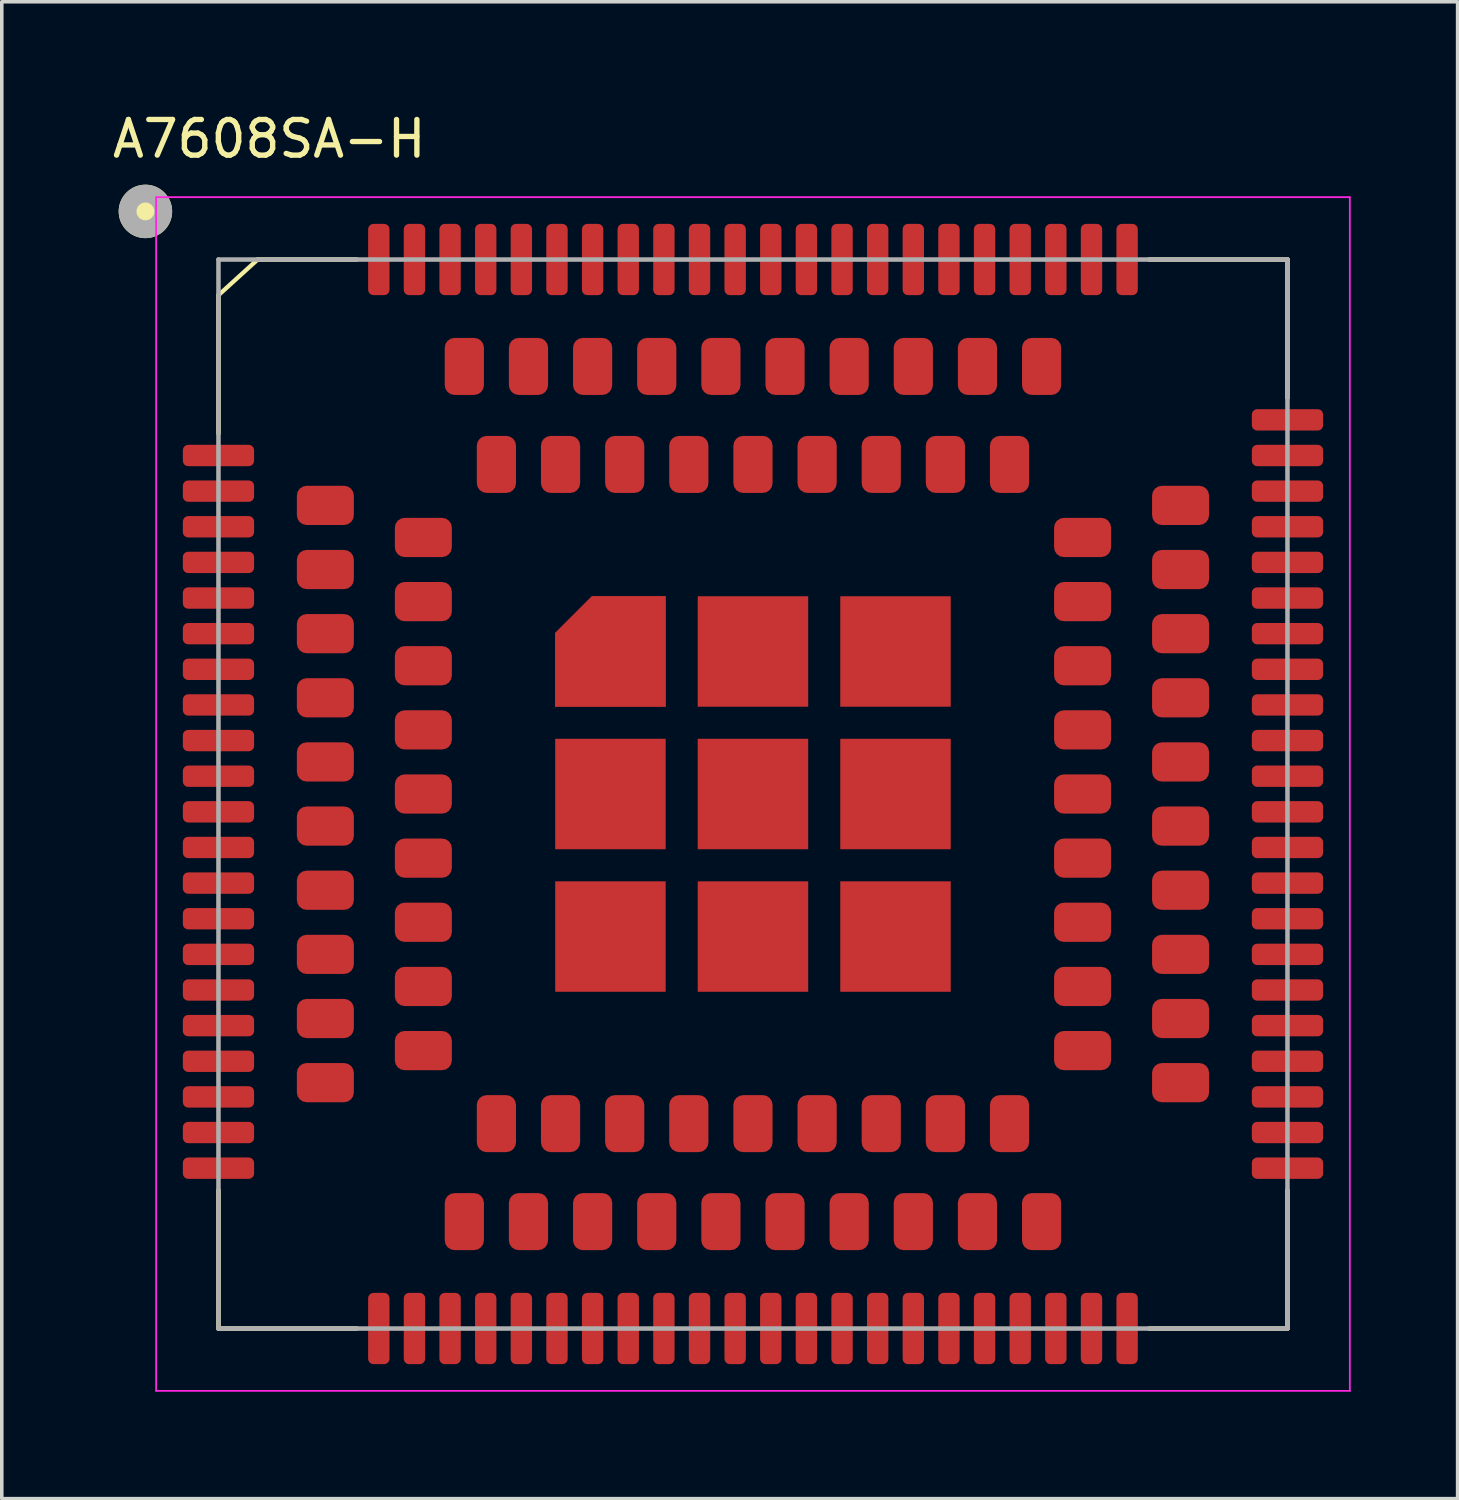
<source format=kicad_pcb>
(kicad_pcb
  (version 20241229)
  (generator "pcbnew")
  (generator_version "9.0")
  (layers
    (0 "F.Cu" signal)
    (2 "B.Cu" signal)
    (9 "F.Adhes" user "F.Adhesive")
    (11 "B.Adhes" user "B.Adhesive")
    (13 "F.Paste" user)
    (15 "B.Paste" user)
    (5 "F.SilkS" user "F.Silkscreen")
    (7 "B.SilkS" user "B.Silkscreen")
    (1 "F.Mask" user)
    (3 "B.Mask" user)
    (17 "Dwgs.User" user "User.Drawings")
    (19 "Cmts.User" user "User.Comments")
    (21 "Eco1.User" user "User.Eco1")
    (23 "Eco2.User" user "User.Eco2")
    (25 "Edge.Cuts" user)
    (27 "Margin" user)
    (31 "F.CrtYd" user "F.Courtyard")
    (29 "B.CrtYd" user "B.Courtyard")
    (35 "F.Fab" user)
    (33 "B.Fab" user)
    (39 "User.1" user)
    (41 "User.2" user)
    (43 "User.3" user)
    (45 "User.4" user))
  (footprint "A7608SA-H"
    (layer "F.Cu")
    (at 18.081 19.233)
    (property "Reference" "A7608SA-H" (at -13.575 -18.385 0) (layer "F.SilkS") (effects (font (size 1 1) (thickness 0.15))))
    (attr through_hole)
    (fp_poly (pts (xy -2.35 -2.35) (xy -5.65 -2.35) (xy -5.65 -4.561) (xy -4.561 -5.65) (xy -2.35 -5.65)) (stroke (width 0.01) (type solid)) (fill yes) (layer "F.Mask"))
    (fp_line (start -15 -10.12) (end -15 -14) (stroke (width 0.127) (type solid)) (layer "F.SilkS"))
    (fp_line (start -15 15) (end -15 11.12) (stroke (width 0.127) (type solid)) (layer "F.SilkS"))
    (fp_line (start -13.9 -15) (end -15 -14) (stroke (width 0.12) (type solid)) (layer "F.SilkS"))
    (fp_line (start -13.9 -15) (end -11.12 -15) (stroke (width 0.127) (type solid)) (layer "F.SilkS"))
    (fp_line (start -11.12 15) (end -15 15) (stroke (width 0.127) (type solid)) (layer "F.SilkS"))
    (fp_line (start 11.12 -15) (end 15 -15) (stroke (width 0.127) (type solid)) (layer "F.SilkS"))
    (fp_line (start 15 -15) (end 15 -11.12) (stroke (width 0.127) (type solid)) (layer "F.SilkS"))
    (fp_line (start 15 15) (end 11.12 15) (stroke (width 0.127) (type solid)) (layer "F.SilkS"))
    (fp_line (start 15 15) (end 15 11.12) (stroke (width 0.127) (type solid)) (layer "F.SilkS"))
    (fp_circle (center -17.05 -16.35) (end -16.55 -16.35) (stroke (width 0.5) (type solid)) (fill yes) (layer "F.SilkS"))
    (fp_poly (pts (xy -16.5 -9.75) (xy -14 -9.75) (xy -14 -9.25) (xy -16.5 -9.25)) (stroke (width 0.01) (type solid)) (fill yes) (layer "F.Paste"))
    (fp_poly (pts (xy -16.5 -8.75) (xy -14 -8.75) (xy -14 -8.25) (xy -16.5 -8.25)) (stroke (width 0.01) (type solid)) (fill yes) (layer "F.Paste"))
    (fp_poly (pts (xy -16.5 -7.75) (xy -14 -7.75) (xy -14 -7.25) (xy -16.5 -7.25)) (stroke (width 0.01) (type solid)) (fill yes) (layer "F.Paste"))
    (fp_poly (pts (xy -16.5 -6.75) (xy -14 -6.75) (xy -14 -6.25) (xy -16.5 -6.25)) (stroke (width 0.01) (type solid)) (fill yes) (layer "F.Paste"))
    (fp_poly (pts (xy -16.5 -5.75) (xy -14 -5.75) (xy -14 -5.25) (xy -16.5 -5.25)) (stroke (width 0.01) (type solid)) (fill yes) (layer "F.Paste"))
    (fp_poly (pts (xy -16.5 -4.75) (xy -14 -4.75) (xy -14 -4.25) (xy -16.5 -4.25)) (stroke (width 0.01) (type solid)) (fill yes) (layer "F.Paste"))
    (fp_poly (pts (xy -16.5 -3.75) (xy -14 -3.75) (xy -14 -3.25) (xy -16.5 -3.25)) (stroke (width 0.01) (type solid)) (fill yes) (layer "F.Paste"))
    (fp_poly (pts (xy -16.5 -2.75) (xy -14 -2.75) (xy -14 -2.25) (xy -16.5 -2.25)) (stroke (width 0.01) (type solid)) (fill yes) (layer "F.Paste"))
    (fp_poly (pts (xy -16.5 -1.75) (xy -14 -1.75) (xy -14 -1.25) (xy -16.5 -1.25)) (stroke (width 0.01) (type solid)) (fill yes) (layer "F.Paste"))
    (fp_poly (pts (xy -16.5 -0.75) (xy -14 -0.75) (xy -14 -0.25) (xy -16.5 -0.25)) (stroke (width 0.01) (type solid)) (fill yes) (layer "F.Paste"))
    (fp_poly (pts (xy -16.5 0.25) (xy -14 0.25) (xy -14 0.75) (xy -16.5 0.75)) (stroke (width 0.01) (type solid)) (fill yes) (layer "F.Paste"))
    (fp_poly (pts (xy -16.5 1.25) (xy -14 1.25) (xy -14 1.75) (xy -16.5 1.75)) (stroke (width 0.01) (type solid)) (fill yes) (layer "F.Paste"))
    (fp_poly (pts (xy -16.5 2.25) (xy -14 2.25) (xy -14 2.75) (xy -16.5 2.75)) (stroke (width 0.01) (type solid)) (fill yes) (layer "F.Paste"))
    (fp_poly (pts (xy -16.5 3.25) (xy -14 3.25) (xy -14 3.75) (xy -16.5 3.75)) (stroke (width 0.01) (type solid)) (fill yes) (layer "F.Paste"))
    (fp_poly (pts (xy -16.5 4.25) (xy -14 4.25) (xy -14 4.75) (xy -16.5 4.75)) (stroke (width 0.01) (type solid)) (fill yes) (layer "F.Paste"))
    (fp_poly (pts (xy -16.5 5.25) (xy -14 5.25) (xy -14 5.75) (xy -16.5 5.75)) (stroke (width 0.01) (type solid)) (fill yes) (layer "F.Paste"))
    (fp_poly (pts (xy -16.5 6.25) (xy -14 6.25) (xy -14 6.75) (xy -16.5 6.75)) (stroke (width 0.01) (type solid)) (fill yes) (layer "F.Paste"))
    (fp_poly (pts (xy -16.5 7.25) (xy -14 7.25) (xy -14 7.75) (xy -16.5 7.75)) (stroke (width 0.01) (type solid)) (fill yes) (layer "F.Paste"))
    (fp_poly (pts (xy -16.5 8.25) (xy -14 8.25) (xy -14 8.75) (xy -16.5 8.75)) (stroke (width 0.01) (type solid)) (fill yes) (layer "F.Paste"))
    (fp_poly (pts (xy -16.5 9.25) (xy -14 9.25) (xy -14 9.75) (xy -16.5 9.75)) (stroke (width 0.01) (type solid)) (fill yes) (layer "F.Paste"))
    (fp_poly (pts (xy -16.5 10.25) (xy -14 10.25) (xy -14 10.75) (xy -16.5 10.75)) (stroke (width 0.01) (type solid)) (fill yes) (layer "F.Paste"))
    (fp_poly (pts (xy -12.7 -8.55) (xy -12.1 -8.55) (xy -12.1 -7.65) (xy -12.7 -7.65)) (stroke (width 0.01) (type solid)) (fill yes) (layer "F.Paste"))
    (fp_poly (pts (xy -12.7 -6.75) (xy -12.1 -6.75) (xy -12.1 -5.85) (xy -12.7 -5.85)) (stroke (width 0.01) (type solid)) (fill yes) (layer "F.Paste"))
    (fp_poly (pts (xy -12.7 -4.95) (xy -12.1 -4.95) (xy -12.1 -4.05) (xy -12.7 -4.05)) (stroke (width 0.01) (type solid)) (fill yes) (layer "F.Paste"))
    (fp_poly (pts (xy -12.7 -3.15) (xy -12.1 -3.15) (xy -12.1 -2.25) (xy -12.7 -2.25)) (stroke (width 0.01) (type solid)) (fill yes) (layer "F.Paste"))
    (fp_poly (pts (xy -12.7 -1.35) (xy -12.1 -1.35) (xy -12.1 -0.45) (xy -12.7 -0.45)) (stroke (width 0.01) (type solid)) (fill yes) (layer "F.Paste"))
    (fp_poly (pts (xy -12.7 0.45) (xy -12.1 0.45) (xy -12.1 1.35) (xy -12.7 1.35)) (stroke (width 0.01) (type solid)) (fill yes) (layer "F.Paste"))
    (fp_poly (pts (xy -12.7 2.25) (xy -12.1 2.25) (xy -12.1 3.15) (xy -12.7 3.15)) (stroke (width 0.01) (type solid)) (fill yes) (layer "F.Paste"))
    (fp_poly (pts (xy -12.7 4.05) (xy -12.1 4.05) (xy -12.1 4.95) (xy -12.7 4.95)) (stroke (width 0.01) (type solid)) (fill yes) (layer "F.Paste"))
    (fp_poly (pts (xy -12.7 5.85) (xy -12.1 5.85) (xy -12.1 6.75) (xy -12.7 6.75)) (stroke (width 0.01) (type solid)) (fill yes) (layer "F.Paste"))
    (fp_poly (pts (xy -12.7 7.65) (xy -12.1 7.65) (xy -12.1 8.55) (xy -12.7 8.55)) (stroke (width 0.01) (type solid)) (fill yes) (layer "F.Paste"))
    (fp_poly (pts (xy -11.9 -8.55) (xy -11.3 -8.55) (xy -11.3 -7.65) (xy -11.9 -7.65)) (stroke (width 0.01) (type solid)) (fill yes) (layer "F.Paste"))
    (fp_poly (pts (xy -11.9 -6.75) (xy -11.3 -6.75) (xy -11.3 -5.85) (xy -11.9 -5.85)) (stroke (width 0.01) (type solid)) (fill yes) (layer "F.Paste"))
    (fp_poly (pts (xy -11.9 -4.95) (xy -11.3 -4.95) (xy -11.3 -4.05) (xy -11.9 -4.05)) (stroke (width 0.01) (type solid)) (fill yes) (layer "F.Paste"))
    (fp_poly (pts (xy -11.9 -3.15) (xy -11.3 -3.15) (xy -11.3 -2.25) (xy -11.9 -2.25)) (stroke (width 0.01) (type solid)) (fill yes) (layer "F.Paste"))
    (fp_poly (pts (xy -11.9 -1.35) (xy -11.3 -1.35) (xy -11.3 -0.45) (xy -11.9 -0.45)) (stroke (width 0.01) (type solid)) (fill yes) (layer "F.Paste"))
    (fp_poly (pts (xy -11.9 0.45) (xy -11.3 0.45) (xy -11.3 1.35) (xy -11.9 1.35)) (stroke (width 0.01) (type solid)) (fill yes) (layer "F.Paste"))
    (fp_poly (pts (xy -11.9 2.25) (xy -11.3 2.25) (xy -11.3 3.15) (xy -11.9 3.15)) (stroke (width 0.01) (type solid)) (fill yes) (layer "F.Paste"))
    (fp_poly (pts (xy -11.9 4.05) (xy -11.3 4.05) (xy -11.3 4.95) (xy -11.9 4.95)) (stroke (width 0.01) (type solid)) (fill yes) (layer "F.Paste"))
    (fp_poly (pts (xy -11.9 5.85) (xy -11.3 5.85) (xy -11.3 6.75) (xy -11.9 6.75)) (stroke (width 0.01) (type solid)) (fill yes) (layer "F.Paste"))
    (fp_poly (pts (xy -11.9 7.65) (xy -11.3 7.65) (xy -11.3 8.55) (xy -11.9 8.55)) (stroke (width 0.01) (type solid)) (fill yes) (layer "F.Paste"))
    (fp_poly (pts (xy -10.75 -16.5) (xy -10.25 -16.5) (xy -10.25 -14) (xy -10.75 -14)) (stroke (width 0.01) (type solid)) (fill yes) (layer "F.Paste"))
    (fp_poly (pts (xy -10.75 14) (xy -10.25 14) (xy -10.25 16.5) (xy -10.75 16.5)) (stroke (width 0.01) (type solid)) (fill yes) (layer "F.Paste"))
    (fp_poly (pts (xy -9.95 -7.65) (xy -9.35 -7.65) (xy -9.35 -6.75) (xy -9.95 -6.75)) (stroke (width 0.01) (type solid)) (fill yes) (layer "F.Paste"))
    (fp_poly (pts (xy -9.95 -5.85) (xy -9.35 -5.85) (xy -9.35 -4.95) (xy -9.95 -4.95)) (stroke (width 0.01) (type solid)) (fill yes) (layer "F.Paste"))
    (fp_poly (pts (xy -9.95 -4.05) (xy -9.35 -4.05) (xy -9.35 -3.15) (xy -9.95 -3.15)) (stroke (width 0.01) (type solid)) (fill yes) (layer "F.Paste"))
    (fp_poly (pts (xy -9.95 -2.25) (xy -9.35 -2.25) (xy -9.35 -1.35) (xy -9.95 -1.35)) (stroke (width 0.01) (type solid)) (fill yes) (layer "F.Paste"))
    (fp_poly (pts (xy -9.95 -0.45) (xy -9.35 -0.45) (xy -9.35 0.45) (xy -9.95 0.45)) (stroke (width 0.01) (type solid)) (fill yes) (layer "F.Paste"))
    (fp_poly (pts (xy -9.95 1.35) (xy -9.35 1.35) (xy -9.35 2.25) (xy -9.95 2.25)) (stroke (width 0.01) (type solid)) (fill yes) (layer "F.Paste"))
    (fp_poly (pts (xy -9.95 3.15) (xy -9.35 3.15) (xy -9.35 4.05) (xy -9.95 4.05)) (stroke (width 0.01) (type solid)) (fill yes) (layer "F.Paste"))
    (fp_poly (pts (xy -9.95 4.95) (xy -9.35 4.95) (xy -9.35 5.85) (xy -9.95 5.85)) (stroke (width 0.01) (type solid)) (fill yes) (layer "F.Paste"))
    (fp_poly (pts (xy -9.95 6.75) (xy -9.35 6.75) (xy -9.35 7.65) (xy -9.95 7.65)) (stroke (width 0.01) (type solid)) (fill yes) (layer "F.Paste"))
    (fp_poly (pts (xy -9.75 -16.5) (xy -9.25 -16.5) (xy -9.25 -14) (xy -9.75 -14)) (stroke (width 0.01) (type solid)) (fill yes) (layer "F.Paste"))
    (fp_poly (pts (xy -9.75 14) (xy -9.25 14) (xy -9.25 16.5) (xy -9.75 16.5)) (stroke (width 0.01) (type solid)) (fill yes) (layer "F.Paste"))
    (fp_poly (pts (xy -9.15 -7.65) (xy -8.55 -7.65) (xy -8.55 -6.75) (xy -9.15 -6.75)) (stroke (width 0.01) (type solid)) (fill yes) (layer "F.Paste"))
    (fp_poly (pts (xy -9.15 -5.85) (xy -8.55 -5.85) (xy -8.55 -4.95) (xy -9.15 -4.95)) (stroke (width 0.01) (type solid)) (fill yes) (layer "F.Paste"))
    (fp_poly (pts (xy -9.15 -4.05) (xy -8.55 -4.05) (xy -8.55 -3.15) (xy -9.15 -3.15)) (stroke (width 0.01) (type solid)) (fill yes) (layer "F.Paste"))
    (fp_poly (pts (xy -9.15 -2.25) (xy -8.55 -2.25) (xy -8.55 -1.35) (xy -9.15 -1.35)) (stroke (width 0.01) (type solid)) (fill yes) (layer "F.Paste"))
    (fp_poly (pts (xy -9.15 -0.45) (xy -8.55 -0.45) (xy -8.55 0.45) (xy -9.15 0.45)) (stroke (width 0.01) (type solid)) (fill yes) (layer "F.Paste"))
    (fp_poly (pts (xy -9.15 1.35) (xy -8.55 1.35) (xy -8.55 2.25) (xy -9.15 2.25)) (stroke (width 0.01) (type solid)) (fill yes) (layer "F.Paste"))
    (fp_poly (pts (xy -9.15 3.15) (xy -8.55 3.15) (xy -8.55 4.05) (xy -9.15 4.05)) (stroke (width 0.01) (type solid)) (fill yes) (layer "F.Paste"))
    (fp_poly (pts (xy -9.15 4.95) (xy -8.55 4.95) (xy -8.55 5.85) (xy -9.15 5.85)) (stroke (width 0.01) (type solid)) (fill yes) (layer "F.Paste"))
    (fp_poly (pts (xy -9.15 6.75) (xy -8.55 6.75) (xy -8.55 7.65) (xy -9.15 7.65)) (stroke (width 0.01) (type solid)) (fill yes) (layer "F.Paste"))
    (fp_poly (pts (xy -8.75 -16.5) (xy -8.25 -16.5) (xy -8.25 -14) (xy -8.75 -14)) (stroke (width 0.01) (type solid)) (fill yes) (layer "F.Paste"))
    (fp_poly (pts (xy -8.75 14) (xy -8.25 14) (xy -8.25 16.5) (xy -8.75 16.5)) (stroke (width 0.01) (type solid)) (fill yes) (layer "F.Paste"))
    (fp_poly (pts (xy -8.55 -12.7) (xy -7.65 -12.7) (xy -7.65 -12.1) (xy -8.55 -12.1)) (stroke (width 0.01) (type solid)) (fill yes) (layer "F.Paste"))
    (fp_poly (pts (xy -8.55 -11.9) (xy -7.65 -11.9) (xy -7.65 -11.3) (xy -8.55 -11.3)) (stroke (width 0.01) (type solid)) (fill yes) (layer "F.Paste"))
    (fp_poly (pts (xy -8.55 11.3) (xy -7.65 11.3) (xy -7.65 11.9) (xy -8.55 11.9)) (stroke (width 0.01) (type solid)) (fill yes) (layer "F.Paste"))
    (fp_poly (pts (xy -8.55 12.1) (xy -7.65 12.1) (xy -7.65 12.7) (xy -8.55 12.7)) (stroke (width 0.01) (type solid)) (fill yes) (layer "F.Paste"))
    (fp_poly (pts (xy -7.75 -16.5) (xy -7.25 -16.5) (xy -7.25 -14) (xy -7.75 -14)) (stroke (width 0.01) (type solid)) (fill yes) (layer "F.Paste"))
    (fp_poly (pts (xy -7.75 14) (xy -7.25 14) (xy -7.25 16.5) (xy -7.75 16.5)) (stroke (width 0.01) (type solid)) (fill yes) (layer "F.Paste"))
    (fp_poly (pts (xy -7.65 -9.95) (xy -6.75 -9.95) (xy -6.75 -9.35) (xy -7.65 -9.35)) (stroke (width 0.01) (type solid)) (fill yes) (layer "F.Paste"))
    (fp_poly (pts (xy -7.65 -9.15) (xy -6.75 -9.15) (xy -6.75 -8.55) (xy -7.65 -8.55)) (stroke (width 0.01) (type solid)) (fill yes) (layer "F.Paste"))
    (fp_poly (pts (xy -7.65 8.55) (xy -6.75 8.55) (xy -6.75 9.15) (xy -7.65 9.15)) (stroke (width 0.01) (type solid)) (fill yes) (layer "F.Paste"))
    (fp_poly (pts (xy -7.65 9.35) (xy -6.75 9.35) (xy -6.75 9.95) (xy -7.65 9.95)) (stroke (width 0.01) (type solid)) (fill yes) (layer "F.Paste"))
    (fp_poly (pts (xy -6.75 -16.5) (xy -6.25 -16.5) (xy -6.25 -14) (xy -6.75 -14)) (stroke (width 0.01) (type solid)) (fill yes) (layer "F.Paste"))
    (fp_poly (pts (xy -6.75 -12.7) (xy -5.85 -12.7) (xy -5.85 -12.1) (xy -6.75 -12.1)) (stroke (width 0.01) (type solid)) (fill yes) (layer "F.Paste"))
    (fp_poly (pts (xy -6.75 -11.9) (xy -5.85 -11.9) (xy -5.85 -11.3) (xy -6.75 -11.3)) (stroke (width 0.01) (type solid)) (fill yes) (layer "F.Paste"))
    (fp_poly (pts (xy -6.75 11.3) (xy -5.85 11.3) (xy -5.85 11.9) (xy -6.75 11.9)) (stroke (width 0.01) (type solid)) (fill yes) (layer "F.Paste"))
    (fp_poly (pts (xy -6.75 12.1) (xy -5.85 12.1) (xy -5.85 12.7) (xy -6.75 12.7)) (stroke (width 0.01) (type solid)) (fill yes) (layer "F.Paste"))
    (fp_poly (pts (xy -6.75 14) (xy -6.25 14) (xy -6.25 16.5) (xy -6.75 16.5)) (stroke (width 0.01) (type solid)) (fill yes) (layer "F.Paste"))
    (fp_poly (pts (xy -5.85 -9.95) (xy -4.95 -9.95) (xy -4.95 -9.35) (xy -5.85 -9.35)) (stroke (width 0.01) (type solid)) (fill yes) (layer "F.Paste"))
    (fp_poly (pts (xy -5.85 -9.15) (xy -4.95 -9.15) (xy -4.95 -8.55) (xy -5.85 -8.55)) (stroke (width 0.01) (type solid)) (fill yes) (layer "F.Paste"))
    (fp_poly (pts (xy -5.85 8.55) (xy -4.95 8.55) (xy -4.95 9.15) (xy -5.85 9.15)) (stroke (width 0.01) (type solid)) (fill yes) (layer "F.Paste"))
    (fp_poly (pts (xy -5.85 9.35) (xy -4.95 9.35) (xy -4.95 9.95) (xy -5.85 9.95)) (stroke (width 0.01) (type solid)) (fill yes) (layer "F.Paste"))
    (fp_poly (pts (xy -5.75 -16.5) (xy -5.25 -16.5) (xy -5.25 -14) (xy -5.75 -14)) (stroke (width 0.01) (type solid)) (fill yes) (layer "F.Paste"))
    (fp_poly (pts (xy -5.75 14) (xy -5.25 14) (xy -5.25 16.5) (xy -5.75 16.5)) (stroke (width 0.01) (type solid)) (fill yes) (layer "F.Paste"))
    (fp_poly (pts (xy -5.2 -3.9) (xy -4.1 -3.9) (xy -4.1 -2.8) (xy -5.2 -2.8)) (stroke (width 0.01) (type solid)) (fill yes) (layer "F.Paste"))
    (fp_poly (pts (xy -5.2 -1.2) (xy -4.1 -1.2) (xy -4.1 -0.1) (xy -5.2 -0.1)) (stroke (width 0.01) (type solid)) (fill yes) (layer "F.Paste"))
    (fp_poly (pts (xy -5.2 0.1) (xy -4.1 0.1) (xy -4.1 1.2) (xy -5.2 1.2)) (stroke (width 0.01) (type solid)) (fill yes) (layer "F.Paste"))
    (fp_poly (pts (xy -5.2 2.8) (xy -4.1 2.8) (xy -4.1 3.9) (xy -5.2 3.9)) (stroke (width 0.01) (type solid)) (fill yes) (layer "F.Paste"))
    (fp_poly (pts (xy -5.2 4.1) (xy -4.1 4.1) (xy -4.1 5.2) (xy -5.2 5.2)) (stroke (width 0.01) (type solid)) (fill yes) (layer "F.Paste"))
    (fp_poly (pts (xy -4.95 -12.7) (xy -4.05 -12.7) (xy -4.05 -12.1) (xy -4.95 -12.1)) (stroke (width 0.01) (type solid)) (fill yes) (layer "F.Paste"))
    (fp_poly (pts (xy -4.95 -11.9) (xy -4.05 -11.9) (xy -4.05 -11.3) (xy -4.95 -11.3)) (stroke (width 0.01) (type solid)) (fill yes) (layer "F.Paste"))
    (fp_poly (pts (xy -4.95 11.3) (xy -4.05 11.3) (xy -4.05 11.9) (xy -4.95 11.9)) (stroke (width 0.01) (type solid)) (fill yes) (layer "F.Paste"))
    (fp_poly (pts (xy -4.95 12.1) (xy -4.05 12.1) (xy -4.05 12.7) (xy -4.95 12.7)) (stroke (width 0.01) (type solid)) (fill yes) (layer "F.Paste"))
    (fp_poly (pts (xy -4.75 -16.5) (xy -4.25 -16.5) (xy -4.25 -14) (xy -4.75 -14)) (stroke (width 0.01) (type solid)) (fill yes) (layer "F.Paste"))
    (fp_poly (pts (xy -4.75 14) (xy -4.25 14) (xy -4.25 16.5) (xy -4.75 16.5)) (stroke (width 0.01) (type solid)) (fill yes) (layer "F.Paste"))
    (fp_poly (pts (xy -4.05 -9.95) (xy -3.15 -9.95) (xy -3.15 -9.35) (xy -4.05 -9.35)) (stroke (width 0.01) (type solid)) (fill yes) (layer "F.Paste"))
    (fp_poly (pts (xy -4.05 -9.15) (xy -3.15 -9.15) (xy -3.15 -8.55) (xy -4.05 -8.55)) (stroke (width 0.01) (type solid)) (fill yes) (layer "F.Paste"))
    (fp_poly (pts (xy -4.05 8.55) (xy -3.15 8.55) (xy -3.15 9.15) (xy -4.05 9.15)) (stroke (width 0.01) (type solid)) (fill yes) (layer "F.Paste"))
    (fp_poly (pts (xy -4.05 9.35) (xy -3.15 9.35) (xy -3.15 9.95) (xy -4.05 9.95)) (stroke (width 0.01) (type solid)) (fill yes) (layer "F.Paste"))
    (fp_poly (pts (xy -3.9 -5.2) (xy -2.8 -5.2) (xy -2.8 -4.1) (xy -3.9 -4.1)) (stroke (width 0.01) (type solid)) (fill yes) (layer "F.Paste"))
    (fp_poly (pts (xy -3.9 -3.9) (xy -2.8 -3.9) (xy -2.8 -2.8) (xy -3.9 -2.8)) (stroke (width 0.01) (type solid)) (fill yes) (layer "F.Paste"))
    (fp_poly (pts (xy -3.9 -1.2) (xy -2.8 -1.2) (xy -2.8 -0.1) (xy -3.9 -0.1)) (stroke (width 0.01) (type solid)) (fill yes) (layer "F.Paste"))
    (fp_poly (pts (xy -3.9 0.1) (xy -2.8 0.1) (xy -2.8 1.2) (xy -3.9 1.2)) (stroke (width 0.01) (type solid)) (fill yes) (layer "F.Paste"))
    (fp_poly (pts (xy -3.9 2.8) (xy -2.8 2.8) (xy -2.8 3.9) (xy -3.9 3.9)) (stroke (width 0.01) (type solid)) (fill yes) (layer "F.Paste"))
    (fp_poly (pts (xy -3.9 4.1) (xy -2.8 4.1) (xy -2.8 5.2) (xy -3.9 5.2)) (stroke (width 0.01) (type solid)) (fill yes) (layer "F.Paste"))
    (fp_poly (pts (xy -3.75 -16.5) (xy -3.25 -16.5) (xy -3.25 -14) (xy -3.75 -14)) (stroke (width 0.01) (type solid)) (fill yes) (layer "F.Paste"))
    (fp_poly (pts (xy -3.75 14) (xy -3.25 14) (xy -3.25 16.5) (xy -3.75 16.5)) (stroke (width 0.01) (type solid)) (fill yes) (layer "F.Paste"))
    (fp_poly (pts (xy -3.15 -12.7) (xy -2.25 -12.7) (xy -2.25 -12.1) (xy -3.15 -12.1)) (stroke (width 0.01) (type solid)) (fill yes) (layer "F.Paste"))
    (fp_poly (pts (xy -3.15 -11.9) (xy -2.25 -11.9) (xy -2.25 -11.3) (xy -3.15 -11.3)) (stroke (width 0.01) (type solid)) (fill yes) (layer "F.Paste"))
    (fp_poly (pts (xy -3.15 11.3) (xy -2.25 11.3) (xy -2.25 11.9) (xy -3.15 11.9)) (stroke (width 0.01) (type solid)) (fill yes) (layer "F.Paste"))
    (fp_poly (pts (xy -3.15 12.1) (xy -2.25 12.1) (xy -2.25 12.7) (xy -3.15 12.7)) (stroke (width 0.01) (type solid)) (fill yes) (layer "F.Paste"))
    (fp_poly (pts (xy -2.75 -16.5) (xy -2.25 -16.5) (xy -2.25 -14) (xy -2.75 -14)) (stroke (width 0.01) (type solid)) (fill yes) (layer "F.Paste"))
    (fp_poly (pts (xy -2.75 14) (xy -2.25 14) (xy -2.25 16.5) (xy -2.75 16.5)) (stroke (width 0.01) (type solid)) (fill yes) (layer "F.Paste"))
    (fp_poly (pts (xy -2.25 -9.95) (xy -1.35 -9.95) (xy -1.35 -9.35) (xy -2.25 -9.35)) (stroke (width 0.01) (type solid)) (fill yes) (layer "F.Paste"))
    (fp_poly (pts (xy -2.25 -9.15) (xy -1.35 -9.15) (xy -1.35 -8.55) (xy -2.25 -8.55)) (stroke (width 0.01) (type solid)) (fill yes) (layer "F.Paste"))
    (fp_poly (pts (xy -2.25 8.55) (xy -1.35 8.55) (xy -1.35 9.15) (xy -2.25 9.15)) (stroke (width 0.01) (type solid)) (fill yes) (layer "F.Paste"))
    (fp_poly (pts (xy -2.25 9.35) (xy -1.35 9.35) (xy -1.35 9.95) (xy -2.25 9.95)) (stroke (width 0.01) (type solid)) (fill yes) (layer "F.Paste"))
    (fp_poly (pts (xy -1.75 -16.5) (xy -1.25 -16.5) (xy -1.25 -14) (xy -1.75 -14)) (stroke (width 0.01) (type solid)) (fill yes) (layer "F.Paste"))
    (fp_poly (pts (xy -1.75 14) (xy -1.25 14) (xy -1.25 16.5) (xy -1.75 16.5)) (stroke (width 0.01) (type solid)) (fill yes) (layer "F.Paste"))
    (fp_poly (pts (xy -1.35 -12.7) (xy -0.45 -12.7) (xy -0.45 -12.1) (xy -1.35 -12.1)) (stroke (width 0.01) (type solid)) (fill yes) (layer "F.Paste"))
    (fp_poly (pts (xy -1.35 -11.9) (xy -0.45 -11.9) (xy -0.45 -11.3) (xy -1.35 -11.3)) (stroke (width 0.01) (type solid)) (fill yes) (layer "F.Paste"))
    (fp_poly (pts (xy -1.35 11.3) (xy -0.45 11.3) (xy -0.45 11.9) (xy -1.35 11.9)) (stroke (width 0.01) (type solid)) (fill yes) (layer "F.Paste"))
    (fp_poly (pts (xy -1.35 12.1) (xy -0.45 12.1) (xy -0.45 12.7) (xy -1.35 12.7)) (stroke (width 0.01) (type solid)) (fill yes) (layer "F.Paste"))
    (fp_poly (pts (xy -1.2 -5.2) (xy -0.1 -5.2) (xy -0.1 -4.1) (xy -1.2 -4.1)) (stroke (width 0.01) (type solid)) (fill yes) (layer "F.Paste"))
    (fp_poly (pts (xy -1.2 -3.9) (xy -0.1 -3.9) (xy -0.1 -2.8) (xy -1.2 -2.8)) (stroke (width 0.01) (type solid)) (fill yes) (layer "F.Paste"))
    (fp_poly (pts (xy -1.2 -1.2) (xy -0.1 -1.2) (xy -0.1 -0.1) (xy -1.2 -0.1)) (stroke (width 0.01) (type solid)) (fill yes) (layer "F.Paste"))
    (fp_poly (pts (xy -1.2 0.1) (xy -0.1 0.1) (xy -0.1 1.2) (xy -1.2 1.2)) (stroke (width 0.01) (type solid)) (fill yes) (layer "F.Paste"))
    (fp_poly (pts (xy -1.2 2.8) (xy -0.1 2.8) (xy -0.1 3.9) (xy -1.2 3.9)) (stroke (width 0.01) (type solid)) (fill yes) (layer "F.Paste"))
    (fp_poly (pts (xy -1.2 4.1) (xy -0.1 4.1) (xy -0.1 5.2) (xy -1.2 5.2)) (stroke (width 0.01) (type solid)) (fill yes) (layer "F.Paste"))
    (fp_poly (pts (xy -0.75 -16.5) (xy -0.25 -16.5) (xy -0.25 -14) (xy -0.75 -14)) (stroke (width 0.01) (type solid)) (fill yes) (layer "F.Paste"))
    (fp_poly (pts (xy -0.75 14) (xy -0.25 14) (xy -0.25 16.5) (xy -0.75 16.5)) (stroke (width 0.01) (type solid)) (fill yes) (layer "F.Paste"))
    (fp_poly (pts (xy -0.45 -9.95) (xy 0.45 -9.95) (xy 0.45 -9.35) (xy -0.45 -9.35)) (stroke (width 0.01) (type solid)) (fill yes) (layer "F.Paste"))
    (fp_poly (pts (xy -0.45 -9.15) (xy 0.45 -9.15) (xy 0.45 -8.55) (xy -0.45 -8.55)) (stroke (width 0.01) (type solid)) (fill yes) (layer "F.Paste"))
    (fp_poly (pts (xy -0.45 8.55) (xy 0.45 8.55) (xy 0.45 9.15) (xy -0.45 9.15)) (stroke (width 0.01) (type solid)) (fill yes) (layer "F.Paste"))
    (fp_poly (pts (xy -0.45 9.35) (xy 0.45 9.35) (xy 0.45 9.95) (xy -0.45 9.95)) (stroke (width 0.01) (type solid)) (fill yes) (layer "F.Paste"))
    (fp_poly (pts (xy 0.1 -5.2) (xy 1.2 -5.2) (xy 1.2 -4.1) (xy 0.1 -4.1)) (stroke (width 0.01) (type solid)) (fill yes) (layer "F.Paste"))
    (fp_poly (pts (xy 0.1 -3.9) (xy 1.2 -3.9) (xy 1.2 -2.8) (xy 0.1 -2.8)) (stroke (width 0.01) (type solid)) (fill yes) (layer "F.Paste"))
    (fp_poly (pts (xy 0.1 -1.2) (xy 1.2 -1.2) (xy 1.2 -0.1) (xy 0.1 -0.1)) (stroke (width 0.01) (type solid)) (fill yes) (layer "F.Paste"))
    (fp_poly (pts (xy 0.1 0.1) (xy 1.2 0.1) (xy 1.2 1.2) (xy 0.1 1.2)) (stroke (width 0.01) (type solid)) (fill yes) (layer "F.Paste"))
    (fp_poly (pts (xy 0.1 2.8) (xy 1.2 2.8) (xy 1.2 3.9) (xy 0.1 3.9)) (stroke (width 0.01) (type solid)) (fill yes) (layer "F.Paste"))
    (fp_poly (pts (xy 0.1 4.1) (xy 1.2 4.1) (xy 1.2 5.2) (xy 0.1 5.2)) (stroke (width 0.01) (type solid)) (fill yes) (layer "F.Paste"))
    (fp_poly (pts (xy 0.25 -16.5) (xy 0.75 -16.5) (xy 0.75 -14) (xy 0.25 -14)) (stroke (width 0.01) (type solid)) (fill yes) (layer "F.Paste"))
    (fp_poly (pts (xy 0.25 14) (xy 0.75 14) (xy 0.75 16.5) (xy 0.25 16.5)) (stroke (width 0.01) (type solid)) (fill yes) (layer "F.Paste"))
    (fp_poly (pts (xy 0.45 -12.7) (xy 1.35 -12.7) (xy 1.35 -12.1) (xy 0.45 -12.1)) (stroke (width 0.01) (type solid)) (fill yes) (layer "F.Paste"))
    (fp_poly (pts (xy 0.45 -11.9) (xy 1.35 -11.9) (xy 1.35 -11.3) (xy 0.45 -11.3)) (stroke (width 0.01) (type solid)) (fill yes) (layer "F.Paste"))
    (fp_poly (pts (xy 0.45 11.3) (xy 1.35 11.3) (xy 1.35 11.9) (xy 0.45 11.9)) (stroke (width 0.01) (type solid)) (fill yes) (layer "F.Paste"))
    (fp_poly (pts (xy 0.45 12.1) (xy 1.35 12.1) (xy 1.35 12.7) (xy 0.45 12.7)) (stroke (width 0.01) (type solid)) (fill yes) (layer "F.Paste"))
    (fp_poly (pts (xy 1.25 -16.5) (xy 1.75 -16.5) (xy 1.75 -14) (xy 1.25 -14)) (stroke (width 0.01) (type solid)) (fill yes) (layer "F.Paste"))
    (fp_poly (pts (xy 1.25 14) (xy 1.75 14) (xy 1.75 16.5) (xy 1.25 16.5)) (stroke (width 0.01) (type solid)) (fill yes) (layer "F.Paste"))
    (fp_poly (pts (xy 1.35 -9.95) (xy 2.25 -9.95) (xy 2.25 -9.35) (xy 1.35 -9.35)) (stroke (width 0.01) (type solid)) (fill yes) (layer "F.Paste"))
    (fp_poly (pts (xy 1.35 -9.15) (xy 2.25 -9.15) (xy 2.25 -8.55) (xy 1.35 -8.55)) (stroke (width 0.01) (type solid)) (fill yes) (layer "F.Paste"))
    (fp_poly (pts (xy 1.35 8.55) (xy 2.25 8.55) (xy 2.25 9.15) (xy 1.35 9.15)) (stroke (width 0.01) (type solid)) (fill yes) (layer "F.Paste"))
    (fp_poly (pts (xy 1.35 9.35) (xy 2.25 9.35) (xy 2.25 9.95) (xy 1.35 9.95)) (stroke (width 0.01) (type solid)) (fill yes) (layer "F.Paste"))
    (fp_poly (pts (xy 2.25 -16.5) (xy 2.75 -16.5) (xy 2.75 -14) (xy 2.25 -14)) (stroke (width 0.01) (type solid)) (fill yes) (layer "F.Paste"))
    (fp_poly (pts (xy 2.25 -12.7) (xy 3.15 -12.7) (xy 3.15 -12.1) (xy 2.25 -12.1)) (stroke (width 0.01) (type solid)) (fill yes) (layer "F.Paste"))
    (fp_poly (pts (xy 2.25 -11.9) (xy 3.15 -11.9) (xy 3.15 -11.3) (xy 2.25 -11.3)) (stroke (width 0.01) (type solid)) (fill yes) (layer "F.Paste"))
    (fp_poly (pts (xy 2.25 11.3) (xy 3.15 11.3) (xy 3.15 11.9) (xy 2.25 11.9)) (stroke (width 0.01) (type solid)) (fill yes) (layer "F.Paste"))
    (fp_poly (pts (xy 2.25 12.1) (xy 3.15 12.1) (xy 3.15 12.7) (xy 2.25 12.7)) (stroke (width 0.01) (type solid)) (fill yes) (layer "F.Paste"))
    (fp_poly (pts (xy 2.25 14) (xy 2.75 14) (xy 2.75 16.5) (xy 2.25 16.5)) (stroke (width 0.01) (type solid)) (fill yes) (layer "F.Paste"))
    (fp_poly (pts (xy 2.8 -5.2) (xy 3.9 -5.2) (xy 3.9 -4.1) (xy 2.8 -4.1)) (stroke (width 0.01) (type solid)) (fill yes) (layer "F.Paste"))
    (fp_poly (pts (xy 2.8 -3.9) (xy 3.9 -3.9) (xy 3.9 -2.8) (xy 2.8 -2.8)) (stroke (width 0.01) (type solid)) (fill yes) (layer "F.Paste"))
    (fp_poly (pts (xy 2.8 -1.2) (xy 3.9 -1.2) (xy 3.9 -0.1) (xy 2.8 -0.1)) (stroke (width 0.01) (type solid)) (fill yes) (layer "F.Paste"))
    (fp_poly (pts (xy 2.8 0.1) (xy 3.9 0.1) (xy 3.9 1.2) (xy 2.8 1.2)) (stroke (width 0.01) (type solid)) (fill yes) (layer "F.Paste"))
    (fp_poly (pts (xy 2.8 2.8) (xy 3.9 2.8) (xy 3.9 3.9) (xy 2.8 3.9)) (stroke (width 0.01) (type solid)) (fill yes) (layer "F.Paste"))
    (fp_poly (pts (xy 2.8 4.1) (xy 3.9 4.1) (xy 3.9 5.2) (xy 2.8 5.2)) (stroke (width 0.01) (type solid)) (fill yes) (layer "F.Paste"))
    (fp_poly (pts (xy 3.15 -9.95) (xy 4.05 -9.95) (xy 4.05 -9.35) (xy 3.15 -9.35)) (stroke (width 0.01) (type solid)) (fill yes) (layer "F.Paste"))
    (fp_poly (pts (xy 3.15 -9.15) (xy 4.05 -9.15) (xy 4.05 -8.55) (xy 3.15 -8.55)) (stroke (width 0.01) (type solid)) (fill yes) (layer "F.Paste"))
    (fp_poly (pts (xy 3.15 8.55) (xy 4.05 8.55) (xy 4.05 9.15) (xy 3.15 9.15)) (stroke (width 0.01) (type solid)) (fill yes) (layer "F.Paste"))
    (fp_poly (pts (xy 3.15 9.35) (xy 4.05 9.35) (xy 4.05 9.95) (xy 3.15 9.95)) (stroke (width 0.01) (type solid)) (fill yes) (layer "F.Paste"))
    (fp_poly (pts (xy 3.25 -16.5) (xy 3.75 -16.5) (xy 3.75 -14) (xy 3.25 -14)) (stroke (width 0.01) (type solid)) (fill yes) (layer "F.Paste"))
    (fp_poly (pts (xy 3.25 14) (xy 3.75 14) (xy 3.75 16.5) (xy 3.25 16.5)) (stroke (width 0.01) (type solid)) (fill yes) (layer "F.Paste"))
    (fp_poly (pts (xy 4.05 -12.7) (xy 4.95 -12.7) (xy 4.95 -12.1) (xy 4.05 -12.1)) (stroke (width 0.01) (type solid)) (fill yes) (layer "F.Paste"))
    (fp_poly (pts (xy 4.05 -11.9) (xy 4.95 -11.9) (xy 4.95 -11.3) (xy 4.05 -11.3)) (stroke (width 0.01) (type solid)) (fill yes) (layer "F.Paste"))
    (fp_poly (pts (xy 4.05 11.3) (xy 4.95 11.3) (xy 4.95 11.9) (xy 4.05 11.9)) (stroke (width 0.01) (type solid)) (fill yes) (layer "F.Paste"))
    (fp_poly (pts (xy 4.05 12.1) (xy 4.95 12.1) (xy 4.95 12.7) (xy 4.05 12.7)) (stroke (width 0.01) (type solid)) (fill yes) (layer "F.Paste"))
    (fp_poly (pts (xy 4.1 -5.2) (xy 5.2 -5.2) (xy 5.2 -4.1) (xy 4.1 -4.1)) (stroke (width 0.01) (type solid)) (fill yes) (layer "F.Paste"))
    (fp_poly (pts (xy 4.1 -3.9) (xy 5.2 -3.9) (xy 5.2 -2.8) (xy 4.1 -2.8)) (stroke (width 0.01) (type solid)) (fill yes) (layer "F.Paste"))
    (fp_poly (pts (xy 4.1 -1.2) (xy 5.2 -1.2) (xy 5.2 -0.1) (xy 4.1 -0.1)) (stroke (width 0.01) (type solid)) (fill yes) (layer "F.Paste"))
    (fp_poly (pts (xy 4.1 0.1) (xy 5.2 0.1) (xy 5.2 1.2) (xy 4.1 1.2)) (stroke (width 0.01) (type solid)) (fill yes) (layer "F.Paste"))
    (fp_poly (pts (xy 4.1 2.8) (xy 5.2 2.8) (xy 5.2 3.9) (xy 4.1 3.9)) (stroke (width 0.01) (type solid)) (fill yes) (layer "F.Paste"))
    (fp_poly (pts (xy 4.1 4.1) (xy 5.2 4.1) (xy 5.2 5.2) (xy 4.1 5.2)) (stroke (width 0.01) (type solid)) (fill yes) (layer "F.Paste"))
    (fp_poly (pts (xy 4.25 -16.5) (xy 4.75 -16.5) (xy 4.75 -14) (xy 4.25 -14)) (stroke (width 0.01) (type solid)) (fill yes) (layer "F.Paste"))
    (fp_poly (pts (xy 4.25 14) (xy 4.75 14) (xy 4.75 16.5) (xy 4.25 16.5)) (stroke (width 0.01) (type solid)) (fill yes) (layer "F.Paste"))
    (fp_poly (pts (xy 4.95 -9.95) (xy 5.85 -9.95) (xy 5.85 -9.35) (xy 4.95 -9.35)) (stroke (width 0.01) (type solid)) (fill yes) (layer "F.Paste"))
    (fp_poly (pts (xy 4.95 -9.15) (xy 5.85 -9.15) (xy 5.85 -8.55) (xy 4.95 -8.55)) (stroke (width 0.01) (type solid)) (fill yes) (layer "F.Paste"))
    (fp_poly (pts (xy 4.95 8.55) (xy 5.85 8.55) (xy 5.85 9.15) (xy 4.95 9.15)) (stroke (width 0.01) (type solid)) (fill yes) (layer "F.Paste"))
    (fp_poly (pts (xy 4.95 9.35) (xy 5.85 9.35) (xy 5.85 9.95) (xy 4.95 9.95)) (stroke (width 0.01) (type solid)) (fill yes) (layer "F.Paste"))
    (fp_poly (pts (xy 5.25 -16.5) (xy 5.75 -16.5) (xy 5.75 -14) (xy 5.25 -14)) (stroke (width 0.01) (type solid)) (fill yes) (layer "F.Paste"))
    (fp_poly (pts (xy 5.25 14) (xy 5.75 14) (xy 5.75 16.5) (xy 5.25 16.5)) (stroke (width 0.01) (type solid)) (fill yes) (layer "F.Paste"))
    (fp_poly (pts (xy 5.85 -12.7) (xy 6.75 -12.7) (xy 6.75 -12.1) (xy 5.85 -12.1)) (stroke (width 0.01) (type solid)) (fill yes) (layer "F.Paste"))
    (fp_poly (pts (xy 5.85 -11.9) (xy 6.75 -11.9) (xy 6.75 -11.3) (xy 5.85 -11.3)) (stroke (width 0.01) (type solid)) (fill yes) (layer "F.Paste"))
    (fp_poly (pts (xy 5.85 11.3) (xy 6.75 11.3) (xy 6.75 11.9) (xy 5.85 11.9)) (stroke (width 0.01) (type solid)) (fill yes) (layer "F.Paste"))
    (fp_poly (pts (xy 5.85 12.1) (xy 6.75 12.1) (xy 6.75 12.7) (xy 5.85 12.7)) (stroke (width 0.01) (type solid)) (fill yes) (layer "F.Paste"))
    (fp_poly (pts (xy 6.25 -16.5) (xy 6.75 -16.5) (xy 6.75 -14) (xy 6.25 -14)) (stroke (width 0.01) (type solid)) (fill yes) (layer "F.Paste"))
    (fp_poly (pts (xy 6.25 14) (xy 6.75 14) (xy 6.75 16.5) (xy 6.25 16.5)) (stroke (width 0.01) (type solid)) (fill yes) (layer "F.Paste"))
    (fp_poly (pts (xy 6.75 -9.95) (xy 7.65 -9.95) (xy 7.65 -9.35) (xy 6.75 -9.35)) (stroke (width 0.01) (type solid)) (fill yes) (layer "F.Paste"))
    (fp_poly (pts (xy 6.75 -9.15) (xy 7.65 -9.15) (xy 7.65 -8.55) (xy 6.75 -8.55)) (stroke (width 0.01) (type solid)) (fill yes) (layer "F.Paste"))
    (fp_poly (pts (xy 6.75 8.55) (xy 7.65 8.55) (xy 7.65 9.15) (xy 6.75 9.15)) (stroke (width 0.01) (type solid)) (fill yes) (layer "F.Paste"))
    (fp_poly (pts (xy 6.75 9.35) (xy 7.65 9.35) (xy 7.65 9.95) (xy 6.75 9.95)) (stroke (width 0.01) (type solid)) (fill yes) (layer "F.Paste"))
    (fp_poly (pts (xy 7.25 -16.5) (xy 7.75 -16.5) (xy 7.75 -14) (xy 7.25 -14)) (stroke (width 0.01) (type solid)) (fill yes) (layer "F.Paste"))
    (fp_poly (pts (xy 7.25 14) (xy 7.75 14) (xy 7.75 16.5) (xy 7.25 16.5)) (stroke (width 0.01) (type solid)) (fill yes) (layer "F.Paste"))
    (fp_poly (pts (xy 7.65 -12.7) (xy 8.55 -12.7) (xy 8.55 -12.1) (xy 7.65 -12.1)) (stroke (width 0.01) (type solid)) (fill yes) (layer "F.Paste"))
    (fp_poly (pts (xy 7.65 -11.9) (xy 8.55 -11.9) (xy 8.55 -11.3) (xy 7.65 -11.3)) (stroke (width 0.01) (type solid)) (fill yes) (layer "F.Paste"))
    (fp_poly (pts (xy 7.65 11.3) (xy 8.55 11.3) (xy 8.55 11.9) (xy 7.65 11.9)) (stroke (width 0.01) (type solid)) (fill yes) (layer "F.Paste"))
    (fp_poly (pts (xy 7.65 12.1) (xy 8.55 12.1) (xy 8.55 12.7) (xy 7.65 12.7)) (stroke (width 0.01) (type solid)) (fill yes) (layer "F.Paste"))
    (fp_poly (pts (xy 8.25 -16.5) (xy 8.75 -16.5) (xy 8.75 -14) (xy 8.25 -14)) (stroke (width 0.01) (type solid)) (fill yes) (layer "F.Paste"))
    (fp_poly (pts (xy 8.25 14) (xy 8.75 14) (xy 8.75 16.5) (xy 8.25 16.5)) (stroke (width 0.01) (type solid)) (fill yes) (layer "F.Paste"))
    (fp_poly (pts (xy 8.55 -7.65) (xy 9.15 -7.65) (xy 9.15 -6.75) (xy 8.55 -6.75)) (stroke (width 0.01) (type solid)) (fill yes) (layer "F.Paste"))
    (fp_poly (pts (xy 8.55 -5.85) (xy 9.15 -5.85) (xy 9.15 -4.95) (xy 8.55 -4.95)) (stroke (width 0.01) (type solid)) (fill yes) (layer "F.Paste"))
    (fp_poly (pts (xy 8.55 -4.05) (xy 9.15 -4.05) (xy 9.15 -3.15) (xy 8.55 -3.15)) (stroke (width 0.01) (type solid)) (fill yes) (layer "F.Paste"))
    (fp_poly (pts (xy 8.55 -2.25) (xy 9.15 -2.25) (xy 9.15 -1.35) (xy 8.55 -1.35)) (stroke (width 0.01) (type solid)) (fill yes) (layer "F.Paste"))
    (fp_poly (pts (xy 8.55 -0.45) (xy 9.15 -0.45) (xy 9.15 0.45) (xy 8.55 0.45)) (stroke (width 0.01) (type solid)) (fill yes) (layer "F.Paste"))
    (fp_poly (pts (xy 8.55 1.35) (xy 9.15 1.35) (xy 9.15 2.25) (xy 8.55 2.25)) (stroke (width 0.01) (type solid)) (fill yes) (layer "F.Paste"))
    (fp_poly (pts (xy 8.55 3.15) (xy 9.15 3.15) (xy 9.15 4.05) (xy 8.55 4.05)) (stroke (width 0.01) (type solid)) (fill yes) (layer "F.Paste"))
    (fp_poly (pts (xy 8.55 4.95) (xy 9.15 4.95) (xy 9.15 5.85) (xy 8.55 5.85)) (stroke (width 0.01) (type solid)) (fill yes) (layer "F.Paste"))
    (fp_poly (pts (xy 8.55 6.75) (xy 9.15 6.75) (xy 9.15 7.65) (xy 8.55 7.65)) (stroke (width 0.01) (type solid)) (fill yes) (layer "F.Paste"))
    (fp_poly (pts (xy 9.25 -16.5) (xy 9.75 -16.5) (xy 9.75 -14) (xy 9.25 -14)) (stroke (width 0.01) (type solid)) (fill yes) (layer "F.Paste"))
    (fp_poly (pts (xy 9.25 14) (xy 9.75 14) (xy 9.75 16.5) (xy 9.25 16.5)) (stroke (width 0.01) (type solid)) (fill yes) (layer "F.Paste"))
    (fp_poly (pts (xy 9.35 -7.65) (xy 9.95 -7.65) (xy 9.95 -6.75) (xy 9.35 -6.75)) (stroke (width 0.01) (type solid)) (fill yes) (layer "F.Paste"))
    (fp_poly (pts (xy 9.35 -5.85) (xy 9.95 -5.85) (xy 9.95 -4.95) (xy 9.35 -4.95)) (stroke (width 0.01) (type solid)) (fill yes) (layer "F.Paste"))
    (fp_poly (pts (xy 9.35 -4.05) (xy 9.95 -4.05) (xy 9.95 -3.15) (xy 9.35 -3.15)) (stroke (width 0.01) (type solid)) (fill yes) (layer "F.Paste"))
    (fp_poly (pts (xy 9.35 -2.25) (xy 9.95 -2.25) (xy 9.95 -1.35) (xy 9.35 -1.35)) (stroke (width 0.01) (type solid)) (fill yes) (layer "F.Paste"))
    (fp_poly (pts (xy 9.35 -0.45) (xy 9.95 -0.45) (xy 9.95 0.45) (xy 9.35 0.45)) (stroke (width 0.01) (type solid)) (fill yes) (layer "F.Paste"))
    (fp_poly (pts (xy 9.35 1.35) (xy 9.95 1.35) (xy 9.95 2.25) (xy 9.35 2.25)) (stroke (width 0.01) (type solid)) (fill yes) (layer "F.Paste"))
    (fp_poly (pts (xy 9.35 3.15) (xy 9.95 3.15) (xy 9.95 4.05) (xy 9.35 4.05)) (stroke (width 0.01) (type solid)) (fill yes) (layer "F.Paste"))
    (fp_poly (pts (xy 9.35 4.95) (xy 9.95 4.95) (xy 9.95 5.85) (xy 9.35 5.85)) (stroke (width 0.01) (type solid)) (fill yes) (layer "F.Paste"))
    (fp_poly (pts (xy 9.35 6.75) (xy 9.95 6.75) (xy 9.95 7.65) (xy 9.35 7.65)) (stroke (width 0.01) (type solid)) (fill yes) (layer "F.Paste"))
    (fp_poly (pts (xy 10.25 -16.5) (xy 10.75 -16.5) (xy 10.75 -14) (xy 10.25 -14)) (stroke (width 0.01) (type solid)) (fill yes) (layer "F.Paste"))
    (fp_poly (pts (xy 10.25 14) (xy 10.75 14) (xy 10.75 16.5) (xy 10.25 16.5)) (stroke (width 0.01) (type solid)) (fill yes) (layer "F.Paste"))
    (fp_poly (pts (xy 11.3 -8.55) (xy 11.9 -8.55) (xy 11.9 -7.65) (xy 11.3 -7.65)) (stroke (width 0.01) (type solid)) (fill yes) (layer "F.Paste"))
    (fp_poly (pts (xy 11.3 -6.75) (xy 11.9 -6.75) (xy 11.9 -5.85) (xy 11.3 -5.85)) (stroke (width 0.01) (type solid)) (fill yes) (layer "F.Paste"))
    (fp_poly (pts (xy 11.3 -4.95) (xy 11.9 -4.95) (xy 11.9 -4.05) (xy 11.3 -4.05)) (stroke (width 0.01) (type solid)) (fill yes) (layer "F.Paste"))
    (fp_poly (pts (xy 11.3 -3.15) (xy 11.9 -3.15) (xy 11.9 -2.25) (xy 11.3 -2.25)) (stroke (width 0.01) (type solid)) (fill yes) (layer "F.Paste"))
    (fp_poly (pts (xy 11.3 -1.35) (xy 11.9 -1.35) (xy 11.9 -0.45) (xy 11.3 -0.45)) (stroke (width 0.01) (type solid)) (fill yes) (layer "F.Paste"))
    (fp_poly (pts (xy 11.3 0.45) (xy 11.9 0.45) (xy 11.9 1.35) (xy 11.3 1.35)) (stroke (width 0.01) (type solid)) (fill yes) (layer "F.Paste"))
    (fp_poly (pts (xy 11.3 2.25) (xy 11.9 2.25) (xy 11.9 3.15) (xy 11.3 3.15)) (stroke (width 0.01) (type solid)) (fill yes) (layer "F.Paste"))
    (fp_poly (pts (xy 11.3 4.05) (xy 11.9 4.05) (xy 11.9 4.95) (xy 11.3 4.95)) (stroke (width 0.01) (type solid)) (fill yes) (layer "F.Paste"))
    (fp_poly (pts (xy 11.3 5.85) (xy 11.9 5.85) (xy 11.9 6.75) (xy 11.3 6.75)) (stroke (width 0.01) (type solid)) (fill yes) (layer "F.Paste"))
    (fp_poly (pts (xy 11.3 7.65) (xy 11.9 7.65) (xy 11.9 8.55) (xy 11.3 8.55)) (stroke (width 0.01) (type solid)) (fill yes) (layer "F.Paste"))
    (fp_poly (pts (xy 12.1 -8.55) (xy 12.7 -8.55) (xy 12.7 -7.65) (xy 12.1 -7.65)) (stroke (width 0.01) (type solid)) (fill yes) (layer "F.Paste"))
    (fp_poly (pts (xy 12.1 -6.75) (xy 12.7 -6.75) (xy 12.7 -5.85) (xy 12.1 -5.85)) (stroke (width 0.01) (type solid)) (fill yes) (layer "F.Paste"))
    (fp_poly (pts (xy 12.1 -4.95) (xy 12.7 -4.95) (xy 12.7 -4.05) (xy 12.1 -4.05)) (stroke (width 0.01) (type solid)) (fill yes) (layer "F.Paste"))
    (fp_poly (pts (xy 12.1 -3.15) (xy 12.7 -3.15) (xy 12.7 -2.25) (xy 12.1 -2.25)) (stroke (width 0.01) (type solid)) (fill yes) (layer "F.Paste"))
    (fp_poly (pts (xy 12.1 -1.35) (xy 12.7 -1.35) (xy 12.7 -0.45) (xy 12.1 -0.45)) (stroke (width 0.01) (type solid)) (fill yes) (layer "F.Paste"))
    (fp_poly (pts (xy 12.1 0.45) (xy 12.7 0.45) (xy 12.7 1.35) (xy 12.1 1.35)) (stroke (width 0.01) (type solid)) (fill yes) (layer "F.Paste"))
    (fp_poly (pts (xy 12.1 2.25) (xy 12.7 2.25) (xy 12.7 3.15) (xy 12.1 3.15)) (stroke (width 0.01) (type solid)) (fill yes) (layer "F.Paste"))
    (fp_poly (pts (xy 12.1 4.05) (xy 12.7 4.05) (xy 12.7 4.95) (xy 12.1 4.95)) (stroke (width 0.01) (type solid)) (fill yes) (layer "F.Paste"))
    (fp_poly (pts (xy 12.1 5.85) (xy 12.7 5.85) (xy 12.7 6.75) (xy 12.1 6.75)) (stroke (width 0.01) (type solid)) (fill yes) (layer "F.Paste"))
    (fp_poly (pts (xy 12.1 7.65) (xy 12.7 7.65) (xy 12.7 8.55) (xy 12.1 8.55)) (stroke (width 0.01) (type solid)) (fill yes) (layer "F.Paste"))
    (fp_poly (pts (xy 14 -10.75) (xy 16.5 -10.75) (xy 16.5 -10.25) (xy 14 -10.25)) (stroke (width 0.01) (type solid)) (fill yes) (layer "F.Paste"))
    (fp_poly (pts (xy 14 -9.75) (xy 16.5 -9.75) (xy 16.5 -9.25) (xy 14 -9.25)) (stroke (width 0.01) (type solid)) (fill yes) (layer "F.Paste"))
    (fp_poly (pts (xy 14 -8.75) (xy 16.5 -8.75) (xy 16.5 -8.25) (xy 14 -8.25)) (stroke (width 0.01) (type solid)) (fill yes) (layer "F.Paste"))
    (fp_poly (pts (xy 14 -7.75) (xy 16.5 -7.75) (xy 16.5 -7.25) (xy 14 -7.25)) (stroke (width 0.01) (type solid)) (fill yes) (layer "F.Paste"))
    (fp_poly (pts (xy 14 -6.75) (xy 16.5 -6.75) (xy 16.5 -6.25) (xy 14 -6.25)) (stroke (width 0.01) (type solid)) (fill yes) (layer "F.Paste"))
    (fp_poly (pts (xy 14 -5.75) (xy 16.5 -5.75) (xy 16.5 -5.25) (xy 14 -5.25)) (stroke (width 0.01) (type solid)) (fill yes) (layer "F.Paste"))
    (fp_poly (pts (xy 14 -4.75) (xy 16.5 -4.75) (xy 16.5 -4.25) (xy 14 -4.25)) (stroke (width 0.01) (type solid)) (fill yes) (layer "F.Paste"))
    (fp_poly (pts (xy 14 -3.75) (xy 16.5 -3.75) (xy 16.5 -3.25) (xy 14 -3.25)) (stroke (width 0.01) (type solid)) (fill yes) (layer "F.Paste"))
    (fp_poly (pts (xy 14 -2.75) (xy 16.5 -2.75) (xy 16.5 -2.25) (xy 14 -2.25)) (stroke (width 0.01) (type solid)) (fill yes) (layer "F.Paste"))
    (fp_poly (pts (xy 14 -1.75) (xy 16.5 -1.75) (xy 16.5 -1.25) (xy 14 -1.25)) (stroke (width 0.01) (type solid)) (fill yes) (layer "F.Paste"))
    (fp_poly (pts (xy 14 -0.75) (xy 16.5 -0.75) (xy 16.5 -0.25) (xy 14 -0.25)) (stroke (width 0.01) (type solid)) (fill yes) (layer "F.Paste"))
    (fp_poly (pts (xy 14 0.25) (xy 16.5 0.25) (xy 16.5 0.75) (xy 14 0.75)) (stroke (width 0.01) (type solid)) (fill yes) (layer "F.Paste"))
    (fp_poly (pts (xy 14 1.25) (xy 16.5 1.25) (xy 16.5 1.75) (xy 14 1.75)) (stroke (width 0.01) (type solid)) (fill yes) (layer "F.Paste"))
    (fp_poly (pts (xy 14 2.25) (xy 16.5 2.25) (xy 16.5 2.75) (xy 14 2.75)) (stroke (width 0.01) (type solid)) (fill yes) (layer "F.Paste"))
    (fp_poly (pts (xy 14 3.25) (xy 16.5 3.25) (xy 16.5 3.75) (xy 14 3.75)) (stroke (width 0.01) (type solid)) (fill yes) (layer "F.Paste"))
    (fp_poly (pts (xy 14 4.25) (xy 16.5 4.25) (xy 16.5 4.75) (xy 14 4.75)) (stroke (width 0.01) (type solid)) (fill yes) (layer "F.Paste"))
    (fp_poly (pts (xy 14 5.25) (xy 16.5 5.25) (xy 16.5 5.75) (xy 14 5.75)) (stroke (width 0.01) (type solid)) (fill yes) (layer "F.Paste"))
    (fp_poly (pts (xy 14 6.25) (xy 16.5 6.25) (xy 16.5 6.75) (xy 14 6.75)) (stroke (width 0.01) (type solid)) (fill yes) (layer "F.Paste"))
    (fp_poly (pts (xy 14 7.25) (xy 16.5 7.25) (xy 16.5 7.75) (xy 14 7.75)) (stroke (width 0.01) (type solid)) (fill yes) (layer "F.Paste"))
    (fp_poly (pts (xy 14 8.25) (xy 16.5 8.25) (xy 16.5 8.75) (xy 14 8.75)) (stroke (width 0.01) (type solid)) (fill yes) (layer "F.Paste"))
    (fp_poly (pts (xy 14 9.25) (xy 16.5 9.25) (xy 16.5 9.75) (xy 14 9.75)) (stroke (width 0.01) (type solid)) (fill yes) (layer "F.Paste"))
    (fp_poly (pts (xy 14 10.25) (xy 16.5 10.25) (xy 16.5 10.75) (xy 14 10.75)) (stroke (width 0.01) (type solid)) (fill yes) (layer "F.Paste"))
    (fp_poly (pts (xy -5.2 -4.375) (xy -5.2 -4.1) (xy -4.1 -4.1) (xy -4.1 -5.2) (xy -4.375 -5.2)) (stroke (width 0.01) (type solid)) (fill yes) (layer "F.Paste"))
    (fp_line (start -16.75 -16.75) (end -16.75 16.75) (stroke (width 0.05) (type solid)) (layer "F.CrtYd"))
    (fp_line (start -16.75 16.75) (end 16.75 16.75) (stroke (width 0.05) (type solid)) (layer "F.CrtYd"))
    (fp_line (start 16.75 -16.75) (end -16.75 -16.75) (stroke (width 0.05) (type solid)) (layer "F.CrtYd"))
    (fp_line (start 16.75 16.75) (end 16.75 -16.75) (stroke (width 0.05) (type solid)) (layer "F.CrtYd"))
    (fp_line (start -15 -15) (end 15 -15) (stroke (width 0.127) (type solid)) (layer "F.Fab"))
    (fp_line (start -15 15) (end -15 -15) (stroke (width 0.127) (type solid)) (layer "F.Fab"))
    (fp_line (start 15 -15) (end 15 15) (stroke (width 0.127) (type solid)) (layer "F.Fab"))
    (fp_line (start 15 15) (end -15 15) (stroke (width 0.127) (type solid)) (layer "F.Fab"))
    (fp_circle (center -17.05 -16.35) (end -16.55 -16.35) (stroke (width 0.5) (type solid)) (fill no) (layer "F.Fab"))
    (pad "3" smd roundrect (at -15 -7.5) (size 2 0.6) (layers "F.Cu" "F.Mask") (roundrect_rratio 0.25))
    (pad "4" smd roundrect (at -15 -6.5) (size 2 0.6) (layers "F.Cu" "F.Mask") (roundrect_rratio 0.25))
    (pad "6" smd roundrect (at -15 -4.5) (size 2 0.6) (layers "F.Cu" "F.Mask") (roundrect_rratio 0.25))
    (pad "7" smd roundrect (at -15 -3.5) (size 2 0.6) (layers "F.Cu" "F.Mask") (roundrect_rratio 0.25))
    (pad "8" smd roundrect (at -15 -2.5) (size 2 0.6) (layers "F.Cu" "F.Mask") (roundrect_rratio 0.25))
    (pad "9" smd roundrect (at -15 -1.5) (size 2 0.6) (layers "F.Cu" "F.Mask") (roundrect_rratio 0.25))
    (pad "11" smd roundrect (at -15 0.5) (size 2 0.6) (layers "F.Cu" "F.Mask") (roundrect_rratio 0.25))
    (pad "12" smd roundrect (at -15 1.5) (size 2 0.6) (layers "F.Cu" "F.Mask") (roundrect_rratio 0.25))
    (pad "13" smd roundrect (at -15 2.5) (size 2 0.6) (layers "F.Cu" "F.Mask") (roundrect_rratio 0.25))
    (pad "15" smd roundrect (at -15 4.5) (size 2 0.6) (layers "F.Cu" "F.Mask") (roundrect_rratio 0.25))
    (pad "16" smd roundrect (at -15 5.5) (size 2 0.6) (layers "F.Cu" "F.Mask") (roundrect_rratio 0.25))
    (pad "17" smd roundrect (at -15 6.5) (size 2 0.6) (layers "F.Cu" "F.Mask") (roundrect_rratio 0.25))
    (pad "18" smd roundrect (at -15 7.5) (size 2 0.6) (layers "F.Cu" "F.Mask") (roundrect_rratio 0.25))
    (pad "19" smd roundrect (at -15 8.5) (size 2 0.6) (layers "F.Cu" "F.Mask") (roundrect_rratio 0.25))
    (pad "20" smd roundrect (at -15 9.5) (size 2 0.6) (layers "F.Cu" "F.Mask") (roundrect_rratio 0.25))
    (pad "21" smd roundrect (at -9.5 15) (size 0.6 2) (layers "F.Cu" "F.Mask") (roundrect_rratio 0.25))
    (pad "22" smd roundrect (at -8.5 15) (size 0.6 2) (layers "F.Cu" "F.Mask") (roundrect_rratio 0.25))
    (pad "23" smd roundrect (at -7.5 15) (size 0.6 2) (layers "F.Cu" "F.Mask") (roundrect_rratio 0.25))
    (pad "24" smd roundrect (at -6.5 15) (size 0.6 2) (layers "F.Cu" "F.Mask") (roundrect_rratio 0.25))
    (pad "25" smd roundrect (at -5.5 15) (size 0.6 2) (layers "F.Cu" "F.Mask") (roundrect_rratio 0.25))
    (pad "26" smd roundrect (at -4.5 15) (size 0.6 2) (layers "F.Cu" "F.Mask") (roundrect_rratio 0.25))
    (pad "27" smd roundrect (at -3.5 15) (size 0.6 2) (layers "F.Cu" "F.Mask") (roundrect_rratio 0.25))
    (pad "28" smd roundrect (at -2.5 15) (size 0.6 2) (layers "F.Cu" "F.Mask") (roundrect_rratio 0.25))
    (pad "29" smd roundrect (at -1.5 15) (size 0.6 2) (layers "F.Cu" "F.Mask") (roundrect_rratio 0.25))
    (pad "30" smd roundrect (at -0.5 15) (size 0.6 2) (layers "F.Cu" "F.Mask") (roundrect_rratio 0.25))
    (pad "31" smd roundrect (at 0.5 15) (size 0.6 2) (layers "F.Cu" "F.Mask") (roundrect_rratio 0.25))
    (pad "32" smd roundrect (at 1.5 15) (size 0.6 2) (layers "F.Cu" "F.Mask") (roundrect_rratio 0.25))
    (pad "33" smd roundrect (at 2.5 15) (size 0.6 2) (layers "F.Cu" "F.Mask") (roundrect_rratio 0.25))
    (pad "34" smd roundrect (at 3.5 15) (size 0.6 2) (layers "F.Cu" "F.Mask") (roundrect_rratio 0.25))
    (pad "35" smd roundrect (at 4.5 15) (size 0.6 2) (layers "F.Cu" "F.Mask") (roundrect_rratio 0.25))
    (pad "36" smd roundrect (at 5.5 15) (size 0.6 2) (layers "F.Cu" "F.Mask") (roundrect_rratio 0.25))
    (pad "38" smd roundrect (at 7.5 15) (size 0.6 2) (layers "F.Cu" "F.Mask") (roundrect_rratio 0.25))
    (pad "39" smd roundrect (at 8.5 15) (size 0.6 2) (layers "F.Cu" "F.Mask") (roundrect_rratio 0.25))
    (pad "42" smd roundrect (at 15 8.5) (size 2 0.6) (layers "F.Cu" "F.Mask") (roundrect_rratio 0.25))
    (pad "44" smd roundrect (at 15 6.5) (size 2 0.6) (layers "F.Cu" "F.Mask") (roundrect_rratio 0.25))
    (pad "45" smd roundrect (at 15 5.5) (size 2 0.6) (layers "F.Cu" "F.Mask") (roundrect_rratio 0.25))
    (pad "46" smd roundrect (at 15 4.5) (size 2 0.6) (layers "F.Cu" "F.Mask") (roundrect_rratio 0.25))
    (pad "47" smd roundrect (at 15 3.5) (size 2 0.6) (layers "F.Cu" "F.Mask") (roundrect_rratio 0.25))
    (pad "48" smd roundrect (at 15 2.5) (size 2 0.6) (layers "F.Cu" "F.Mask") (roundrect_rratio 0.25))
    (pad "49" smd roundrect (at 15 1.5) (size 2 0.6) (layers "F.Cu" "F.Mask") (roundrect_rratio 0.25))
    (pad "50" smd roundrect (at 15 0.5) (size 2 0.6) (layers "F.Cu" "F.Mask") (roundrect_rratio 0.25))
    (pad "51" smd roundrect (at 15 -0.5) (size 2 0.6) (layers "F.Cu" "F.Mask") (roundrect_rratio 0.25))
    (pad "52" smd roundrect (at 15 -1.5) (size 2 0.6) (layers "F.Cu" "F.Mask") (roundrect_rratio 0.25))
    (pad "53" smd roundrect (at 15 -2.5) (size 2 0.6) (layers "F.Cu" "F.Mask") (roundrect_rratio 0.25))
    (pad "54" smd roundrect (at 15 -3.5) (size 2 0.6) (layers "F.Cu" "F.Mask") (roundrect_rratio 0.25))
    (pad "55" smd roundrect (at 15 -4.5) (size 2 0.6) (layers "F.Cu" "F.Mask") (roundrect_rratio 0.25))
    (pad "56" smd roundrect (at 15 -5.5) (size 2 0.6) (layers "F.Cu" "F.Mask") (roundrect_rratio 0.25))
    (pad "59" smd roundrect (at 15 -8.5) (size 2 0.6) (layers "F.Cu" "F.Mask") (roundrect_rratio 0.25))
    (pad "62" smd roundrect (at 8.5 -15) (size 0.6 2) (layers "F.Cu" "F.Mask") (roundrect_rratio 0.25))
    (pad "63" smd roundrect (at 7.5 -15) (size 0.6 2) (layers "F.Cu" "F.Mask") (roundrect_rratio 0.25))
    (pad "66" smd roundrect (at 4.5 -15) (size 0.6 2) (layers "F.Cu" "F.Mask") (roundrect_rratio 0.25))
    (pad "67" smd roundrect (at 3.5 -15) (size 0.6 2) (layers "F.Cu" "F.Mask") (roundrect_rratio 0.25))
    (pad "68" smd roundrect (at 2.5 -15) (size 0.6 2) (layers "F.Cu" "F.Mask") (roundrect_rratio 0.25))
    (pad "69" smd roundrect (at 1.5 -15) (size 0.6 2) (layers "F.Cu" "F.Mask") (roundrect_rratio 0.25))
    (pad "70" smd roundrect (at 0.5 -15) (size 0.6 2) (layers "F.Cu" "F.Mask") (roundrect_rratio 0.25))
    (pad "71" smd roundrect (at -0.5 -15) (size 0.6 2) (layers "F.Cu" "F.Mask") (roundrect_rratio 0.25))
    (pad "72" smd roundrect (at -1.5 -15) (size 0.6 2) (layers "F.Cu" "F.Mask") (roundrect_rratio 0.25))
    (pad "73" smd roundrect (at -2.5 -15) (size 0.6 2) (layers "F.Cu" "F.Mask") (roundrect_rratio 0.25))
    (pad "74" smd roundrect (at -3.5 -15) (size 0.6 2) (layers "F.Cu" "F.Mask") (roundrect_rratio 0.25))
    (pad "75" smd roundrect (at -4.5 -15) (size 0.6 2) (layers "F.Cu" "F.Mask") (roundrect_rratio 0.25))
    (pad "76" smd roundrect (at -5.5 -15) (size 0.6 2) (layers "F.Cu" "F.Mask") (roundrect_rratio 0.25))
    (pad "79" smd roundrect (at -8.5 -15) (size 0.6 2) (layers "F.Cu" "F.Mask") (roundrect_rratio 0.25))
    (pad "82" smd roundrect (at 15 10.5) (size 2 0.6) (layers "F.Cu" "F.Mask") (roundrect_rratio 0.25))
    (pad "83" smd roundrect (at 10.5 15) (size 0.6 2) (layers "F.Cu" "F.Mask") (roundrect_rratio 0.25))
    (pad "84" smd roundrect (at -10.5 15) (size 0.6 2) (layers "F.Cu" "F.Mask") (roundrect_rratio 0.25))
    (pad "85" smd roundrect (at 15 -10.5) (size 2 0.6) (layers "F.Cu" "F.Mask") (roundrect_rratio 0.25))
    (pad "86" smd roundrect (at -10.5 -15) (size 0.6 2) (layers "F.Cu" "F.Mask") (roundrect_rratio 0.25))
    (pad "87" smd roundrect (at 10.5 -15) (size 0.6 2) (layers "F.Cu" "F.Mask") (roundrect_rratio 0.25))
    (pad "106" smd roundrect (at 12 2.7) (size 1.6 1.1) (layers "F.Cu" "F.Mask") (roundrect_rratio 0.25))
    (pad "107" smd roundrect (at 12 0.9) (size 1.6 1.1) (layers "F.Cu" "F.Mask") (roundrect_rratio 0.25))
    (pad "108" smd roundrect (at 12 -0.9) (size 1.6 1.1) (layers "F.Cu" "F.Mask") (roundrect_rratio 0.25))
    (pad "109" smd roundrect (at 12 -2.7) (size 1.6 1.1) (layers "F.Cu" "F.Mask") (roundrect_rratio 0.25))
    (pad "110" smd roundrect (at 12 -4.5) (size 1.6 1.1) (layers "F.Cu" "F.Mask") (roundrect_rratio 0.25))
    (pad "111" smd roundrect (at 12 -6.3) (size 1.6 1.1) (layers "F.Cu" "F.Mask") (roundrect_rratio 0.25))
    (pad "112" smd roundrect (at 6.3 -12) (size 1.1 1.6) (layers "F.Cu" "F.Mask") (roundrect_rratio 0.25))
    (pad "113" smd roundrect (at 4.5 -12) (size 1.1 1.6) (layers "F.Cu" "F.Mask") (roundrect_rratio 0.25))
    (pad "114" smd roundrect (at 2.7 -12) (size 1.1 1.6) (layers "F.Cu" "F.Mask") (roundrect_rratio 0.25))
    (pad "115" smd roundrect (at 0.9 -12) (size 1.1 1.6) (layers "F.Cu" "F.Mask") (roundrect_rratio 0.25))
    (pad "116" smd roundrect (at -0.9 -12) (size 1.1 1.6) (layers "F.Cu" "F.Mask") (roundrect_rratio 0.25))
    (pad "117" smd roundrect (at -2.7 -12) (size 1.1 1.6) (layers "F.Cu" "F.Mask") (roundrect_rratio 0.25))
    (pad "119" smd roundrect (at -6.3 -12) (size 1.1 1.6) (layers "F.Cu" "F.Mask") (roundrect_rratio 0.25))
    (pad "120" smd roundrect (at -12 -8.1) (size 1.6 1.1) (layers "F.Cu" "F.Mask") (roundrect_rratio 0.25))
    (pad "121" smd roundrect (at -12 8.1) (size 1.6 1.1) (layers "F.Cu" "F.Mask") (roundrect_rratio 0.25))
    (pad "122" smd roundrect (at -8.1 12) (size 1.1 1.6) (layers "F.Cu" "F.Mask") (roundrect_rratio 0.25))
    (pad "123" smd roundrect (at 8.1 12) (size 1.1 1.6) (layers "F.Cu" "F.Mask") (roundrect_rratio 0.25))
    (pad "124" smd roundrect (at 12 8.1) (size 1.6 1.1) (layers "F.Cu" "F.Mask") (roundrect_rratio 0.25))
    (pad "125" smd roundrect (at 12 -8.1) (size 1.6 1.1) (layers "F.Cu" "F.Mask") (roundrect_rratio 0.25))
    (pad "126" smd roundrect (at 8.1 -12) (size 1.1 1.6) (layers "F.Cu" "F.Mask") (roundrect_rratio 0.25))
    (pad "127" smd roundrect (at -8.1 -12) (size 1.1 1.6) (layers "F.Cu" "F.Mask") (roundrect_rratio 0.25))
    (pad "128" smd roundrect (at -9.25 -7.2) (size 1.6 1.1) (layers "F.Cu" "F.Mask") (roundrect_rratio 0.25))
    (pad "129" smd roundrect (at -9.25 -5.4) (size 1.6 1.1) (layers "F.Cu" "F.Mask") (roundrect_rratio 0.25))
    (pad "130" smd roundrect (at -9.25 -3.6) (size 1.6 1.1) (layers "F.Cu" "F.Mask") (roundrect_rratio 0.25))
    (pad "131" smd roundrect (at -9.25 -1.8) (size 1.6 1.1) (layers "F.Cu" "F.Mask") (roundrect_rratio 0.25))
    (pad "132" smd roundrect (at -9.25 0) (size 1.6 1.1) (layers "F.Cu" "F.Mask") (roundrect_rratio 0.25))
    (pad "133" smd roundrect (at -9.25 1.8) (size 1.6 1.1) (layers "F.Cu" "F.Mask") (roundrect_rratio 0.25))
    (pad "135" smd roundrect (at -9.25 5.4) (size 1.6 1.1) (layers "F.Cu" "F.Mask") (roundrect_rratio 0.25))
    (pad "136" smd roundrect (at -9.25 7.2) (size 1.6 1.1) (layers "F.Cu" "F.Mask") (roundrect_rratio 0.25))
    (pad "138" smd roundrect (at -5.4 9.25) (size 1.1 1.6) (layers "F.Cu" "F.Mask") (roundrect_rratio 0.25))
    (pad "139" smd roundrect (at -3.6 9.25) (size 1.1 1.6) (layers "F.Cu" "F.Mask") (roundrect_rratio 0.25))
    (pad "150" smd roundrect (at 9.25 0) (size 1.6 1.1) (layers "F.Cu" "F.Mask") (roundrect_rratio 0.25))
    (pad "151" smd roundrect (at 9.25 -1.8) (size 1.6 1.1) (layers "F.Cu" "F.Mask") (roundrect_rratio 0.25))
    (pad "152" smd roundrect (at 9.25 -3.6) (size 1.6 1.1) (layers "F.Cu" "F.Mask") (roundrect_rratio 0.25))
    (pad "153" smd roundrect (at 9.25 -5.4) (size 1.6 1.1) (layers "F.Cu" "F.Mask") (roundrect_rratio 0.25))
    (pad "154" smd roundrect (at 9.25 -7.2) (size 1.6 1.1) (layers "F.Cu" "F.Mask") (roundrect_rratio 0.25))
    (pad "159" smd roundrect (at 0 -9.25) (size 1.1 1.6) (layers "F.Cu" "F.Mask") (roundrect_rratio 0.25))
    (pad "160" smd roundrect (at -1.8 -9.25) (size 1.1 1.6) (layers "F.Cu" "F.Mask") (roundrect_rratio 0.25))
    (pad "161" smd roundrect (at -3.6 -9.25) (size 1.1 1.6) (layers "F.Cu" "F.Mask") (roundrect_rratio 0.25))
    (pad "162" smd roundrect (at -5.4 -9.25) (size 1.1 1.6) (layers "F.Cu" "F.Mask") (roundrect_rratio 0.25))
    (pad "163" smd roundrect (at -7.2 -9.25) (size 1.1 1.6) (layers "F.Cu" "F.Mask") (roundrect_rratio 0.25))
    (pad "GND" smd roundrect (at -15 -9.5) (size 2 0.6) (layers "F.Cu" "F.Mask") (roundrect_rratio 0.25))
    (pad "GND" smd roundrect (at -15 -8.5) (size 2 0.6) (layers "F.Cu" "F.Mask") (roundrect_rratio 0.25))
    (pad "GND" smd roundrect (at -15 -5.5) (size 2 0.6) (layers "F.Cu" "F.Mask") (roundrect_rratio 0.25))
    (pad "GND" smd roundrect (at -15 -0.5) (size 2 0.6) (layers "F.Cu" "F.Mask") (roundrect_rratio 0.25))
    (pad "GND" smd roundrect (at -15 3.5) (size 2 0.6) (layers "F.Cu" "F.Mask") (roundrect_rratio 0.25))
    (pad "GND" smd roundrect (at -15 10.5) (size 2 0.6) (layers "F.Cu" "F.Mask") (roundrect_rratio 0.25))
    (pad "GND" smd roundrect (at -12 -6.3) (size 1.6 1.1) (layers "F.Cu" "F.Mask") (roundrect_rratio 0.25))
    (pad "GND" smd roundrect (at -12 -4.5) (size 1.6 1.1) (layers "F.Cu" "F.Mask") (roundrect_rratio 0.25))
    (pad "GND" smd roundrect (at -12 -2.7) (size 1.6 1.1) (layers "F.Cu" "F.Mask") (roundrect_rratio 0.25))
    (pad "GND" smd roundrect (at -12 -0.9) (size 1.6 1.1) (layers "F.Cu" "F.Mask") (roundrect_rratio 0.25))
    (pad "GND" smd roundrect (at -12 0.9) (size 1.6 1.1) (layers "F.Cu" "F.Mask") (roundrect_rratio 0.25))
    (pad "GND" smd roundrect (at -12 2.7) (size 1.6 1.1) (layers "F.Cu" "F.Mask") (roundrect_rratio 0.25))
    (pad "GND" smd roundrect (at -12 4.5) (size 1.6 1.1) (layers "F.Cu" "F.Mask") (roundrect_rratio 0.25))
    (pad "GND" smd roundrect (at -12 6.3) (size 1.6 1.1) (layers "F.Cu" "F.Mask") (roundrect_rratio 0.25))
    (pad "GND" smd roundrect (at -9.5 -15) (size 0.6 2) (layers "F.Cu" "F.Mask") (roundrect_rratio 0.25))
    (pad "GND" smd roundrect (at -9.25 3.6) (size 1.6 1.1) (layers "F.Cu" "F.Mask") (roundrect_rratio 0.25))
    (pad "GND" smd roundrect (at -7.5 -15) (size 0.6 2) (layers "F.Cu" "F.Mask") (roundrect_rratio 0.25))
    (pad "GND" smd roundrect (at -7.2 9.25) (size 1.1 1.6) (layers "F.Cu" "F.Mask") (roundrect_rratio 0.25))
    (pad "GND" smd roundrect (at -6.5 -15) (size 0.6 2) (layers "F.Cu" "F.Mask") (roundrect_rratio 0.25))
    (pad "GND" smd roundrect (at -6.3 12) (size 1.1 1.6) (layers "F.Cu" "F.Mask") (roundrect_rratio 0.25))
    (pad "GND" smd roundrect (at -4.5 -12) (size 1.1 1.6) (layers "F.Cu" "F.Mask") (roundrect_rratio 0.25))
    (pad "GND" smd roundrect (at -4.5 12) (size 1.1 1.6) (layers "F.Cu" "F.Mask") (roundrect_rratio 0.25))
    (pad "GND" smd custom (at -4 -4) (size 1 1) (layers "F.Cu") (options (anchor rect)) (primitives (gr_poly (pts (xy 1.55 1.55) (xy -1.55 1.55) (xy -1.55 -0.52) (xy -0.52 -1.55) (xy 1.55 -1.55)) (width 0.01) (fill yes))))
    (pad "GND" smd rect (at -4 0) (size 3.1 3.1) (layers "F.Cu" "F.Mask"))
    (pad "GND" smd rect (at -4 4) (size 3.1 3.1) (layers "F.Cu" "F.Mask"))
    (pad "GND" smd roundrect (at -2.7 12) (size 1.1 1.6) (layers "F.Cu" "F.Mask") (roundrect_rratio 0.25))
    (pad "GND" smd roundrect (at -1.8 9.25) (size 1.1 1.6) (layers "F.Cu" "F.Mask") (roundrect_rratio 0.25))
    (pad "GND" smd roundrect (at -0.9 12) (size 1.1 1.6) (layers "F.Cu" "F.Mask") (roundrect_rratio 0.25))
    (pad "GND" smd rect (at 0 -4) (size 3.1 3.1) (layers "F.Cu" "F.Mask"))
    (pad "GND" smd rect (at 0 0) (size 3.1 3.1) (layers "F.Cu" "F.Mask"))
    (pad "GND" smd rect (at 0 4) (size 3.1 3.1) (layers "F.Cu" "F.Mask"))
    (pad "GND" smd roundrect (at 0 9.25) (size 1.1 1.6) (layers "F.Cu" "F.Mask") (roundrect_rratio 0.25))
    (pad "GND" smd roundrect (at 0.9 12) (size 1.1 1.6) (layers "F.Cu" "F.Mask") (roundrect_rratio 0.25))
    (pad "GND" smd roundrect (at 1.8 -9.25) (size 1.1 1.6) (layers "F.Cu" "F.Mask") (roundrect_rratio 0.25))
    (pad "GND" smd roundrect (at 1.8 9.25) (size 1.1 1.6) (layers "F.Cu" "F.Mask") (roundrect_rratio 0.25))
    (pad "GND" smd roundrect (at 2.7 12) (size 1.1 1.6) (layers "F.Cu" "F.Mask") (roundrect_rratio 0.25))
    (pad "GND" smd roundrect (at 3.6 -9.25) (size 1.1 1.6) (layers "F.Cu" "F.Mask") (roundrect_rratio 0.25))
    (pad "GND" smd roundrect (at 3.6 9.25) (size 1.1 1.6) (layers "F.Cu" "F.Mask") (roundrect_rratio 0.25))
    (pad "GND" smd rect (at 4 -4) (size 3.1 3.1) (layers "F.Cu" "F.Mask"))
    (pad "GND" smd rect (at 4 0) (size 3.1 3.1) (layers "F.Cu" "F.Mask"))
    (pad "GND" smd rect (at 4 4) (size 3.1 3.1) (layers "F.Cu" "F.Mask"))
    (pad "GND" smd roundrect (at 4.5 12) (size 1.1 1.6) (layers "F.Cu" "F.Mask") (roundrect_rratio 0.25))
    (pad "GND" smd roundrect (at 5.4 -9.25) (size 1.1 1.6) (layers "F.Cu" "F.Mask") (roundrect_rratio 0.25))
    (pad "GND" smd roundrect (at 5.4 9.25) (size 1.1 1.6) (layers "F.Cu" "F.Mask") (roundrect_rratio 0.25))
    (pad "GND" smd roundrect (at 5.5 -15) (size 0.6 2) (layers "F.Cu" "F.Mask") (roundrect_rratio 0.25))
    (pad "GND" smd roundrect (at 6.3 12) (size 1.1 1.6) (layers "F.Cu" "F.Mask") (roundrect_rratio 0.25))
    (pad "GND" smd roundrect (at 6.5 -15) (size 0.6 2) (layers "F.Cu" "F.Mask") (roundrect_rratio 0.25))
    (pad "GND" smd roundrect (at 6.5 15) (size 0.6 2) (layers "F.Cu" "F.Mask") (roundrect_rratio 0.25))
    (pad "GND" smd roundrect (at 7.2 -9.25) (size 1.1 1.6) (layers "F.Cu" "F.Mask") (roundrect_rratio 0.25))
    (pad "GND" smd roundrect (at 7.2 9.25) (size 1.1 1.6) (layers "F.Cu" "F.Mask") (roundrect_rratio 0.25))
    (pad "GND" smd roundrect (at 9.25 1.8) (size 1.6 1.1) (layers "F.Cu" "F.Mask") (roundrect_rratio 0.25))
    (pad "GND" smd roundrect (at 9.25 3.6) (size 1.6 1.1) (layers "F.Cu" "F.Mask") (roundrect_rratio 0.25))
    (pad "GND" smd roundrect (at 9.25 5.4) (size 1.6 1.1) (layers "F.Cu" "F.Mask") (roundrect_rratio 0.25))
    (pad "GND" smd roundrect (at 9.25 7.2) (size 1.6 1.1) (layers "F.Cu" "F.Mask") (roundrect_rratio 0.25))
    (pad "GND" smd roundrect (at 9.5 -15) (size 0.6 2) (layers "F.Cu" "F.Mask") (roundrect_rratio 0.25))
    (pad "GND" smd roundrect (at 9.5 15) (size 0.6 2) (layers "F.Cu" "F.Mask") (roundrect_rratio 0.25))
    (pad "GND" smd roundrect (at 12 4.5) (size 1.6 1.1) (layers "F.Cu" "F.Mask") (roundrect_rratio 0.25))
    (pad "GND" smd roundrect (at 12 6.3) (size 1.6 1.1) (layers "F.Cu" "F.Mask") (roundrect_rratio 0.25))
    (pad "GND" smd roundrect (at 15 -9.5) (size 2 0.6) (layers "F.Cu" "F.Mask") (roundrect_rratio 0.25))
    (pad "GND" smd roundrect (at 15 -7.5) (size 2 0.6) (layers "F.Cu" "F.Mask") (roundrect_rratio 0.25))
    (pad "GND" smd roundrect (at 15 -6.5) (size 2 0.6) (layers "F.Cu" "F.Mask") (roundrect_rratio 0.25))
    (pad "GND" smd roundrect (at 15 7.5) (size 2 0.6) (layers "F.Cu" "F.Mask") (roundrect_rratio 0.25))
    (pad "GND" smd roundrect (at 15 9.5) (size 2 0.6) (layers "F.Cu" "F.Mask") (roundrect_rratio 0.25)))
  (gr_rect
    (start -3 -3)
    (end 37.856 39.008)
    (stroke (width 0.1) (type default))
    (fill no)
    (layer "Edge.Cuts")))
</source>
